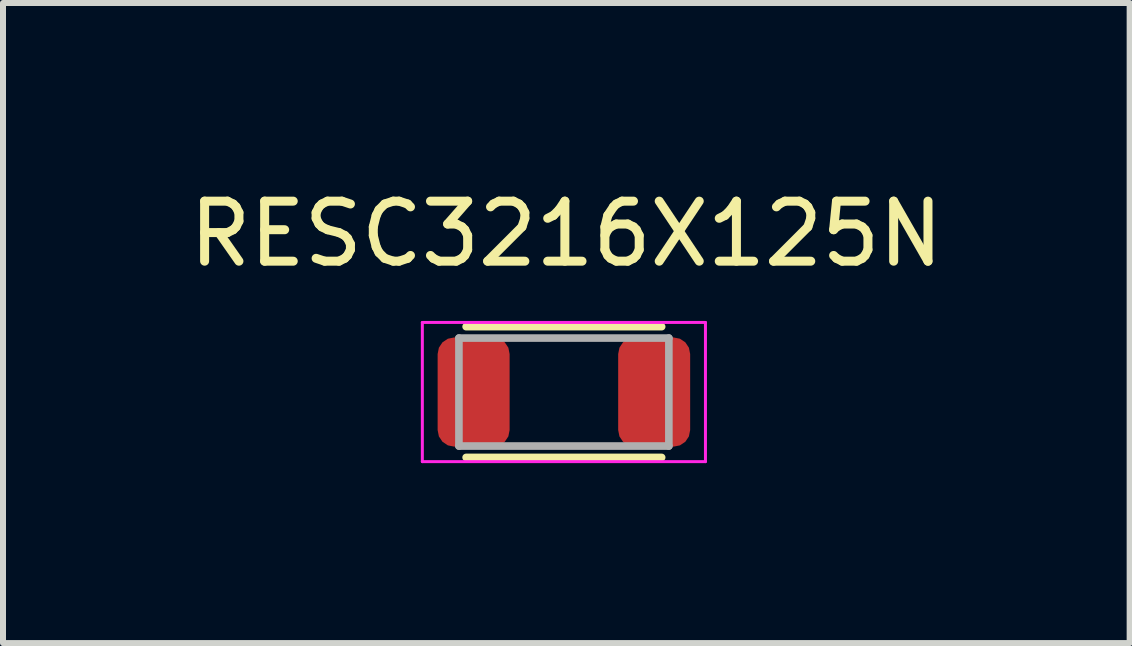
<source format=kicad_pcb>
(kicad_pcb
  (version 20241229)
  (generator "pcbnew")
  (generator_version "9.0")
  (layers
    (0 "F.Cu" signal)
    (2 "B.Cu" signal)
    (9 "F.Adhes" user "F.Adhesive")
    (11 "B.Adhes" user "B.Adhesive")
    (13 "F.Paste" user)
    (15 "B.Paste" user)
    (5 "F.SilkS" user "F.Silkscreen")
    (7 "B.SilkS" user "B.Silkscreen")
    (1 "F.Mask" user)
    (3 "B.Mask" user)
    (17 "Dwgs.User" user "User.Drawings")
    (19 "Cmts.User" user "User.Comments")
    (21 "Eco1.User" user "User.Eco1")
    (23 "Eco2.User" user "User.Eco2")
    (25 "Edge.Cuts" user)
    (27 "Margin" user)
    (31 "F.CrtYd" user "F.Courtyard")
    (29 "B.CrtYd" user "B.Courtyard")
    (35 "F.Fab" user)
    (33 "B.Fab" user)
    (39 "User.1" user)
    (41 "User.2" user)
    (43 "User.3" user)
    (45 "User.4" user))
  (footprint "RESC3216X125N"
    (layer "F.Cu")
    (at 6.351 3.486)
    (property "Reference" "RESC3216X125N" (at 0.04 -2.637 0) (layer "F.SilkS") (effects (font (size 1.001 1.001) (thickness 0.15))))
    (attr through_hole)
    (fp_line (start -1.63 -1.09) (end 1.63 -1.09) (stroke (width 0.127) (type solid)) (layer "F.SilkS"))
    (fp_line (start -1.63 1.09) (end 1.63 1.09) (stroke (width 0.127) (type solid)) (layer "F.SilkS"))
    (fp_line (start -2.36 -1.16) (end 2.36 -1.16) (stroke (width 0.05) (type solid)) (layer "F.CrtYd"))
    (fp_line (start -2.36 1.16) (end -2.36 -1.16) (stroke (width 0.05) (type solid)) (layer "F.CrtYd"))
    (fp_line (start 2.36 -1.16) (end 2.36 1.16) (stroke (width 0.05) (type solid)) (layer "F.CrtYd"))
    (fp_line (start 2.36 1.16) (end -2.36 1.16) (stroke (width 0.05) (type solid)) (layer "F.CrtYd"))
    (fp_line (start -1.75 -0.9) (end 1.75 -0.9) (stroke (width 0.127) (type solid)) (layer "F.Fab"))
    (fp_line (start -1.75 0.9) (end -1.75 -0.9) (stroke (width 0.127) (type solid)) (layer "F.Fab"))
    (fp_line (start 1.75 -0.9) (end 1.75 0.9) (stroke (width 0.127) (type solid)) (layer "F.Fab"))
    (fp_line (start 1.75 0.9) (end -1.75 0.9) (stroke (width 0.127) (type solid)) (layer "F.Fab"))
    (pad "1" smd roundrect (at -1.505 0) (size 1.2 1.82) (layers "F.Cu" "F.Mask" "F.Paste") (roundrect_rratio 0.23))
    (pad "2" smd roundrect (at 1.505 0) (size 1.2 1.82) (layers "F.Cu" "F.Mask" "F.Paste") (roundrect_rratio 0.23)))
  (gr_rect
    (start -3 -3)
    (end 15.783 7.671)
    (stroke (width 0.1) (type default))
    (fill no)
    (layer "Edge.Cuts")))
</source>
